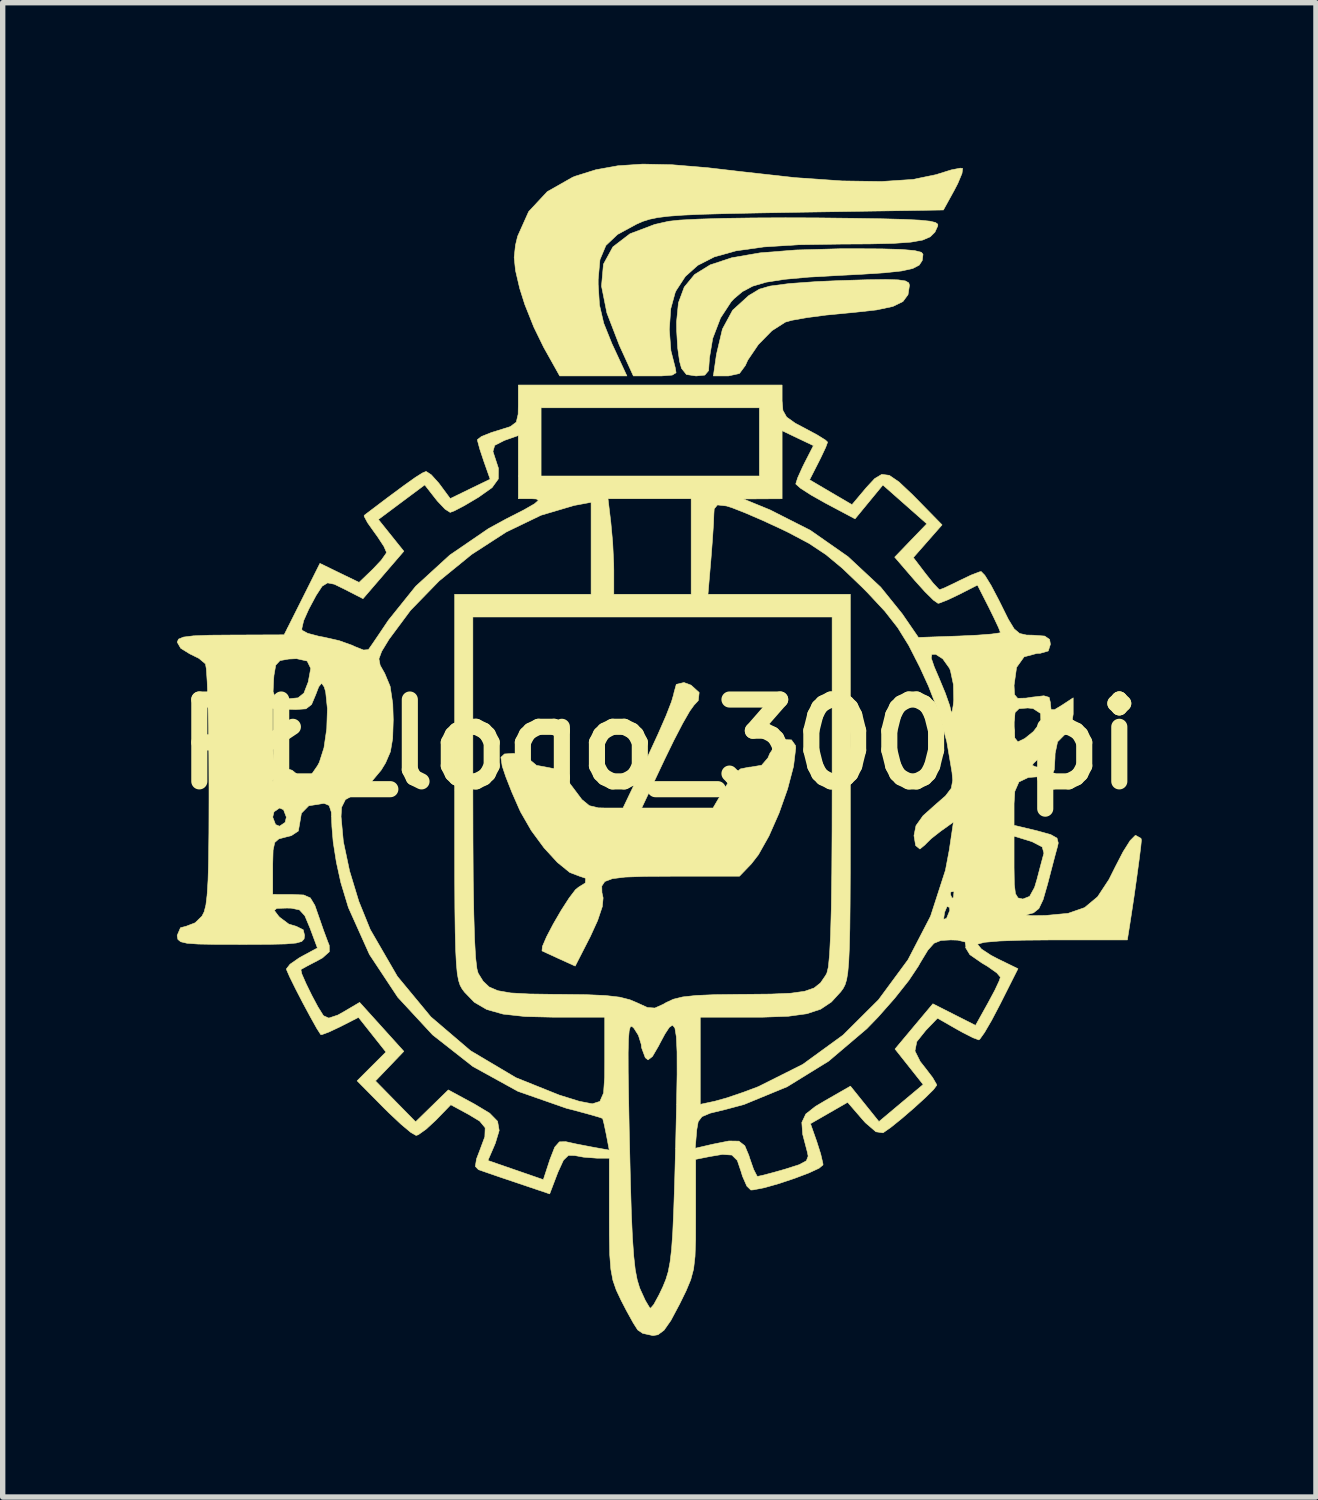
<source format=kicad_pcb>
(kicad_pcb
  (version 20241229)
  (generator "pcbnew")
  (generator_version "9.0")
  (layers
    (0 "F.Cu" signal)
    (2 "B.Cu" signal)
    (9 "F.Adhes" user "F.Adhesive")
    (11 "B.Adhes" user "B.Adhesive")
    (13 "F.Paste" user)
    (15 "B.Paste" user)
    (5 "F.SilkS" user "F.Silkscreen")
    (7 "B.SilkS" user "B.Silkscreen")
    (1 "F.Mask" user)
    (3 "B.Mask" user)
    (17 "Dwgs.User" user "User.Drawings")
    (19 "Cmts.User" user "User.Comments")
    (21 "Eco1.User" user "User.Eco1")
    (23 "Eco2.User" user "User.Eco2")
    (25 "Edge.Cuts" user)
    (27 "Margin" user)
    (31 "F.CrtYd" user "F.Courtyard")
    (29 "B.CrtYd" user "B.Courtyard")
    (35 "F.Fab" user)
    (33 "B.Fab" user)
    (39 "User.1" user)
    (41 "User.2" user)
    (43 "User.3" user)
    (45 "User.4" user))
  (footprint "PŁ_logo_300dpi"
    (layer "F.Cu")
    (at 9.224 10.807)
    (property "Reference" "PŁ_logo_300dpi" (at 0 0 0) (layer "F.SilkS") (effects (font (size 1.524 1.524) (thickness 0.3))))
    (attr through_hole)
    (fp_poly (pts (xy 4.447 -8.647) (xy 4.582 -8.627) (xy 4.644 -8.591) (xy 4.657 -8.546) (xy 4.63 -8.371) (xy 4.535 -8.243) (xy 4.348 -8.152) (xy 4.043 -8.087) (xy 3.597 -8.038) (xy 3.506 -8.03) (xy 3.103 -7.991) (xy 2.74 -7.943) (xy 2.466 -7.894) (xy 2.348 -7.861) (xy 2.096 -7.7) (xy 1.843 -7.442) (xy 1.647 -7.153) (xy 1.602 -7.053) (xy 1.492 -6.904) (xy 1.285 -6.858) (xy 1.267 -6.858) (xy 1.006 -6.858) (xy 1.064 -7.26) (xy 1.175 -7.731) (xy 1.365 -8.082) (xy 1.664 -8.354) (xy 1.863 -8.474) (xy 2.059 -8.531) (xy 2.417 -8.578) (xy 2.93 -8.615) (xy 3.366 -8.634) (xy 3.863 -8.649) (xy 4.216 -8.654) (xy 4.447 -8.647)) (stroke (width 0.01) (type solid)) (fill yes) (layer "F.SilkS"))
    (fp_poly (pts (xy 4.142 -9.224) (xy 4.514 -9.213) (xy 4.753 -9.192) (xy 4.879 -9.16) (xy 4.909 -9.123) (xy 4.895 -9.008) (xy 4.839 -8.922) (xy 4.719 -8.859) (xy 4.513 -8.813) (xy 4.198 -8.779) (xy 3.751 -8.75) (xy 3.379 -8.731) (xy 2.783 -8.698) (xy 2.33 -8.657) (xy 1.991 -8.604) (xy 1.739 -8.53) (xy 1.548 -8.429) (xy 1.389 -8.295) (xy 1.337 -8.239) (xy 1.14 -7.938) (xy 0.994 -7.557) (xy 0.932 -7.185) (xy 0.931 -7.157) (xy 0.917 -6.957) (xy 0.847 -6.874) (xy 0.684 -6.858) (xy 0.505 -6.885) (xy 0.413 -7) (xy 0.377 -7.131) (xy 0.342 -7.379) (xy 0.323 -7.699) (xy 0.321 -7.864) (xy 0.356 -8.22) (xy 0.464 -8.512) (xy 0.656 -8.746) (xy 0.947 -8.926) (xy 1.35 -9.059) (xy 1.877 -9.15) (xy 2.542 -9.203) (xy 3.358 -9.226) (xy 3.619 -9.227) (xy 4.142 -9.224)) (stroke (width 0.01) (type solid)) (fill yes) (layer "F.SilkS"))
    (fp_poly (pts (xy 2.924 -9.801) (xy 3.614 -9.793) (xy 4.153 -9.784) (xy 4.558 -9.773) (xy 4.846 -9.759) (xy 5.034 -9.74) (xy 5.141 -9.715) (xy 5.184 -9.683) (xy 5.184 -9.652) (xy 5.131 -9.535) (xy 5.044 -9.449) (xy 4.903 -9.388) (xy 4.682 -9.349) (xy 4.359 -9.326) (xy 3.911 -9.316) (xy 3.388 -9.313) (xy 2.59 -9.301) (xy 1.942 -9.26) (xy 1.425 -9.187) (xy 1.022 -9.074) (xy 0.715 -8.917) (xy 0.485 -8.711) (xy 0.315 -8.451) (xy 0.296 -8.412) (xy 0.213 -8.11) (xy 0.186 -7.723) (xy 0.216 -7.327) (xy 0.298 -7.006) (xy 0.312 -6.918) (xy 0.24 -6.874) (xy 0.046 -6.859) (xy -0.063 -6.858) (xy -0.483 -6.858) (xy -0.744 -7.429) (xy -0.976 -8.031) (xy -1.076 -8.531) (xy -1.04 -8.939) (xy -0.864 -9.261) (xy -0.546 -9.505) (xy -0.083 -9.68) (xy 0.177 -9.738) (xy 0.382 -9.76) (xy 0.728 -9.778) (xy 1.19 -9.792) (xy 1.738 -9.8) (xy 2.347 -9.803) (xy 2.924 -9.801)) (stroke (width 0.01) (type solid)) (fill yes) (layer "F.SilkS"))
    (fp_poly (pts (xy 0.239 -10.79) (xy 0.899 -10.735) (xy 1.524 -10.662) (xy 2.529 -10.55) (xy 3.402 -10.489) (xy 4.136 -10.478) (xy 4.724 -10.517) (xy 5.158 -10.607) (xy 5.194 -10.619) (xy 5.434 -10.694) (xy 5.603 -10.727) (xy 5.647 -10.721) (xy 5.635 -10.629) (xy 5.557 -10.442) (xy 5.49 -10.313) (xy 5.289 -9.948) (xy 2.623 -9.906) (xy 1.875 -9.893) (xy 1.276 -9.881) (xy 0.805 -9.868) (xy 0.445 -9.852) (xy 0.173 -9.832) (xy -0.03 -9.807) (xy -0.184 -9.775) (xy -0.31 -9.735) (xy -0.423 -9.685) (xy -0.777 -9.493) (xy -0.994 -9.288) (xy -1.105 -9.023) (xy -1.138 -8.654) (xy -1.138 -8.563) (xy -1.114 -8.179) (xy -1.035 -7.84) (xy -0.881 -7.456) (xy -0.868 -7.429) (xy -0.603 -6.858) (xy -1.854 -6.858) (xy -2.153 -7.392) (xy -2.336 -7.767) (xy -2.505 -8.191) (xy -2.599 -8.488) (xy -2.677 -8.821) (xy -2.702 -9.065) (xy -2.678 -9.291) (xy -2.638 -9.458) (xy -2.432 -9.918) (xy -2.086 -10.289) (xy -1.614 -10.557) (xy -1.564 -10.577) (xy -1.181 -10.697) (xy -0.772 -10.771) (xy -0.308 -10.802) (xy 0.239 -10.79)) (stroke (width 0.01) (type solid)) (fill yes) (layer "F.SilkS"))
    (fp_poly (pts (xy 0.591 -1.102) (xy 0.742 -0.965) (xy 0.726 -0.815) (xy 0.646 -0.729) (xy 0.566 -0.618) (xy 0.434 -0.388) (xy 0.27 -0.072) (xy 0.101 0.275) (xy -0.328 1.185) (xy 1 1.185) (xy 1.223 0.804) (xy 1.376 0.572) (xy 1.511 0.457) (xy 1.675 0.424) (xy 1.704 0.423) (xy 1.905 0.389) (xy 2.022 0.253) (xy 2.058 0.169) (xy 2.171 0.00002) (xy 2.322 -0.088) (xy 2.46 -0.083) (xy 2.536 0.023) (xy 2.54 0.067) (xy 2.499 0.408) (xy 2.388 0.831) (xy 2.229 1.281) (xy 2.041 1.707) (xy 1.845 2.055) (xy 1.715 2.223) (xy 1.492 2.455) (xy 0.247 2.455) (xy -0.267 2.458) (xy -0.635 2.471) (xy -0.876 2.501) (xy -1.015 2.554) (xy -1.071 2.638) (xy -1.068 2.759) (xy -1.046 2.859) (xy -1.061 3.02) (xy -1.148 3.279) (xy -1.284 3.577) (xy -1.566 4.128) (xy -1.863 3.993) (xy -2.059 3.903) (xy -2.175 3.849) (xy -2.184 3.844) (xy -2.176 3.761) (xy -2.098 3.58) (xy -1.973 3.342) (xy -1.826 3.089) (xy -1.681 2.864) (xy -1.562 2.707) (xy -1.506 2.661) (xy -1.377 2.58) (xy -1.371 2.493) (xy -1.484 2.455) (xy -1.666 2.386) (xy -1.897 2.198) (xy -2.146 1.927) (xy -2.384 1.604) (xy -2.58 1.263) (xy -2.606 1.208) (xy -2.745 0.891) (xy -2.858 0.604) (xy -2.924 0.407) (xy -2.925 0.402) (xy -2.949 0.241) (xy -2.882 0.179) (xy -2.716 0.169) (xy -2.501 0.208) (xy -2.401 0.296) (xy -2.287 0.391) (xy -2.112 0.423) (xy -1.939 0.457) (xy -1.781 0.58) (xy -1.609 0.804) (xy -1.441 1.028) (xy -1.302 1.142) (xy -1.134 1.182) (xy -1.011 1.185) (xy -0.676 1.185) (xy -0.2 0.191) (xy -0.022 -0.195) (xy 0.126 -0.534) (xy 0.227 -0.794) (xy 0.27 -0.941) (xy 0.27 -0.951) (xy 0.316 -1.117) (xy 0.459 -1.151) (xy 0.591 -1.102)) (stroke (width 0.01) (type solid)) (fill yes) (layer "F.SilkS"))
    (fp_poly (pts (xy 2.286 -6.394) (xy 2.301 -6.216) (xy 2.37 -6.093) (xy 2.531 -5.978) (xy 2.709 -5.884) (xy 2.94 -5.76) (xy 3.094 -5.664) (xy 3.133 -5.626) (xy 3.098 -5.53) (xy 3.009 -5.341) (xy 2.965 -5.253) (xy 2.798 -4.925) (xy 3.192 -4.693) (xy 3.587 -4.462) (xy 3.855 -4.781) (xy 4.009 -4.947) (xy 4.141 -5.026) (xy 4.282 -5.008) (xy 4.462 -4.885) (xy 4.712 -4.649) (xy 4.854 -4.505) (xy 5.264 -4.086) (xy 4.996 -3.781) (xy 4.729 -3.477) (xy 4.957 -3.178) (xy 5.101 -2.997) (xy 5.201 -2.891) (xy 5.22 -2.879) (xy 5.311 -2.914) (xy 5.496 -3.002) (xy 5.588 -3.048) (xy 5.806 -3.152) (xy 5.961 -3.211) (xy 5.992 -3.217) (xy 6.06 -3.147) (xy 6.176 -2.959) (xy 6.317 -2.691) (xy 6.35 -2.625) (xy 6.498 -2.327) (xy 6.606 -2.15) (xy 6.708 -2.064) (xy 6.835 -2.035) (xy 6.959 -2.032) (xy 7.174 -2.016) (xy 7.266 -1.953) (xy 7.281 -1.863) (xy 7.241 -1.738) (xy 7.091 -1.695) (xy 7.03 -1.693) (xy 6.791 -1.629) (xy 6.651 -1.433) (xy 6.604 -1.099) (xy 6.604 -1.095) (xy 6.613 -0.925) (xy 6.671 -0.857) (xy 6.826 -0.861) (xy 6.943 -0.879) (xy 7.159 -0.904) (xy 7.257 -0.875) (xy 7.281 -0.776) (xy 7.281 -0.761) (xy 7.293 -0.648) (xy 7.357 -0.645) (xy 7.493 -0.727) (xy 7.705 -0.866) (xy 7.705 -0.563) (xy 7.666 -0.311) (xy 7.538 -0.171) (xy 7.535 -0.169) (xy 7.414 -0.047) (xy 7.368 0.173) (xy 7.366 0.257) (xy 7.353 0.475) (xy 7.296 0.572) (xy 7.176 0.594) (xy 6.869 0.617) (xy 6.695 0.7) (xy 6.618 0.876) (xy 6.604 1.102) (xy 6.604 1.507) (xy 7.035 1.61) (xy 7.285 1.679) (xy 7.404 1.746) (xy 7.427 1.836) (xy 7.415 1.894) (xy 7.367 2.07) (xy 7.295 2.345) (xy 7.229 2.599) (xy 7.145 2.891) (xy 7.066 3.057) (xy 6.966 3.137) (xy 6.87 3.163) (xy 6.832 3.18) (xy 6.939 3.189) (xy 7.169 3.186) (xy 7.197 3.185) (xy 7.611 3.146) (xy 7.918 3.039) (xy 8.159 2.838) (xy 8.372 2.514) (xy 8.491 2.276) (xy 8.635 1.998) (xy 8.765 1.792) (xy 8.859 1.697) (xy 8.869 1.695) (xy 8.967 1.75) (xy 8.975 1.783) (xy 8.963 1.907) (xy 8.932 2.154) (xy 8.888 2.479) (xy 8.837 2.84) (xy 8.784 3.19) (xy 8.757 3.365) (xy 8.713 3.641) (xy 7.32 3.641) (xy 6.76 3.646) (xy 6.335 3.661) (xy 6.055 3.685) (xy 5.932 3.717) (xy 5.927 3.726) (xy 5.996 3.81) (xy 6.174 3.927) (xy 6.302 3.994) (xy 6.677 4.177) (xy 6.343 4.84) (xy 6.187 5.137) (xy 6.055 5.364) (xy 5.966 5.489) (xy 5.947 5.502) (xy 5.842 5.463) (xy 5.647 5.364) (xy 5.532 5.3) (xy 5.179 5.098) (xy 4.96 5.326) (xy 4.793 5.535) (xy 4.759 5.709) (xy 4.857 5.905) (xy 4.953 6.027) (xy 5.089 6.205) (xy 5.161 6.33) (xy 5.165 6.346) (xy 5.105 6.427) (xy 4.951 6.579) (xy 4.741 6.77) (xy 4.514 6.966) (xy 4.307 7.133) (xy 4.165 7.232) (xy 4.033 7.213) (xy 3.836 7.044) (xy 3.78 6.981) (xy 3.506 6.664) (xy 3.16 6.863) (xy 2.814 7.062) (xy 2.931 7.394) (xy 3.005 7.628) (xy 3.045 7.801) (xy 3.048 7.829) (xy 2.974 7.891) (xy 2.782 7.98) (xy 2.517 8.08) (xy 2.227 8.177) (xy 1.955 8.254) (xy 1.749 8.294) (xy 1.704 8.297) (xy 1.629 8.224) (xy 1.548 8.039) (xy 1.524 7.959) (xy 1.452 7.746) (xy 1.351 7.646) (xy 1.175 7.634) (xy 0.942 7.673) (xy 0.677 7.726) (xy 0.677 8.776) (xy 0.676 9.217) (xy 0.665 9.534) (xy 0.638 9.769) (xy 0.585 9.967) (xy 0.5 10.171) (xy 0.38 10.416) (xy 0.215 10.726) (xy 0.088 10.907) (xy -0.025 10.991) (xy -0.118 11.007) (xy -0.31 10.965) (xy -0.403 10.901) (xy -0.486 10.77) (xy -0.611 10.544) (xy -0.71 10.353) (xy -0.802 10.158) (xy -0.864 9.978) (xy -0.902 9.773) (xy -0.923 9.505) (xy -0.93 9.134) (xy -0.931 8.808) (xy -0.931 7.705) (xy -1.164 7.704) (xy -1.411 7.685) (xy -1.574 7.655) (xy -1.692 7.652) (xy -1.785 7.742) (xy -1.884 7.958) (xy -1.896 7.988) (xy -2.041 8.369) (xy -2.65 8.163) (xy -2.959 8.059) (xy -3.211 7.972) (xy -3.358 7.921) (xy -3.367 7.918) (xy -3.425 7.857) (xy -3.403 7.718) (xy -3.346 7.569) (xy -3.248 7.305) (xy -3.242 7.138) (xy -3.344 7.014) (xy -3.55 6.89) (xy -3.882 6.71) (xy -4.159 6.996) (xy -4.342 7.165) (xy -4.487 7.268) (xy -4.528 7.281) (xy -4.626 7.225) (xy -4.807 7.074) (xy -5.038 6.857) (xy -5.123 6.773) (xy -5.626 6.264) (xy -5.358 5.996) (xy -5.089 5.728) (xy -5.345 5.405) (xy -5.6 5.083) (xy -5.941 5.257) (xy -6.149 5.355) (xy -6.281 5.404) (xy -6.303 5.403) (xy -6.378 5.286) (xy -6.496 5.074) (xy -6.636 4.814) (xy -6.772 4.551) (xy -6.881 4.33) (xy -6.939 4.197) (xy -6.943 4.181) (xy -6.875 4.094) (xy -6.707 3.977) (xy -6.654 3.947) (xy -6.365 3.791) (xy -6.503 3.42) (xy -6.599 3.191) (xy -6.699 3.082) (xy -6.85 3.05) (xy -6.932 3.048) (xy -7.122 3.054) (xy -7.167 3.092) (xy -7.092 3.192) (xy -7.07 3.217) (xy -6.898 3.346) (xy -6.76 3.387) (xy -6.629 3.452) (xy -6.604 3.556) (xy -6.613 3.623) (xy -6.657 3.67) (xy -6.761 3.699) (xy -6.953 3.716) (xy -7.258 3.723) (xy -7.701 3.725) (xy -7.789 3.725) (xy -8.258 3.724) (xy -8.584 3.718) (xy -8.793 3.703) (xy -8.91 3.675) (xy -8.962 3.632) (xy -8.975 3.569) (xy -8.975 3.556) (xy -8.914 3.414) (xy -8.81 3.387) (xy -8.641 3.322) (xy -8.514 3.198) (xy -8.473 3.117) (xy -8.441 2.991) (xy -8.418 2.801) (xy -8.401 2.526) (xy -8.394 2.284) (xy -7.197 2.284) (xy -7.197 2.794) (xy -6.837 2.795) (xy -6.621 2.804) (xy -6.497 2.858) (xy -6.413 2.997) (xy -6.343 3.197) (xy -6.251 3.462) (xy -6.171 3.677) (xy -6.145 3.741) (xy -6.143 3.861) (xy -6.27 3.975) (xy -6.364 4.027) (xy -6.554 4.126) (xy -6.665 4.188) (xy -6.673 4.194) (xy -6.655 4.275) (xy -6.578 4.451) (xy -6.47 4.672) (xy -6.357 4.884) (xy -6.262 5.037) (xy -6.25 5.053) (xy -6.153 5.096) (xy -5.983 5.039) (xy -5.874 4.978) (xy -5.579 4.804) (xy -5.168 5.259) (xy -4.756 5.715) (xy -5.02 5.991) (xy -5.284 6.266) (xy -4.91 6.647) (xy -4.537 7.027) (xy -3.928 6.433) (xy -3.446 6.694) (xy -3.159 6.866) (xy -3.011 7.017) (xy -2.981 7.189) (xy -3.052 7.424) (xy -3.081 7.493) (xy -3.191 7.747) (xy -2.159 8.104) (xy -2.037 7.73) (xy -1.947 7.499) (xy -1.86 7.4) (xy -1.743 7.397) (xy -1.74 7.397) (xy -1.54 7.441) (xy -1.28 7.491) (xy -1.249 7.497) (xy -0.932 7.554) (xy -0.986 7.27) (xy -1.027 7.073) (xy -1.054 6.968) (xy -1.056 6.964) (xy -1.14 6.935) (xy -1.347 6.876) (xy -1.638 6.798) (xy -1.726 6.776) (xy -2.633 6.459) (xy -3.471 5.997) (xy -4.221 5.408) (xy -4.869 4.708) (xy -5.396 3.912) (xy -5.788 3.038) (xy -5.929 2.573) (xy -6.012 2.195) (xy -6.071 1.82) (xy -6.096 1.523) (xy -6.096 1.51) (xy -6.103 1.344) (xy -5.925 1.344) (xy -5.882 1.81) (xy -5.766 2.358) (xy -5.594 2.923) (xy -5.383 3.444) (xy -5.38 3.45) (xy -4.877 4.319) (xy -4.253 5.073) (xy -3.514 5.704) (xy -2.668 6.206) (xy -1.863 6.529) (xy -1.49 6.645) (xy -1.247 6.692) (xy -1.106 6.647) (xy -1.038 6.491) (xy -1.018 6.202) (xy -1.016 5.884) (xy -1.016 5.739) (xy -0.58 5.739) (xy -0.579 6.105) (xy -0.571 6.601) (xy -0.559 7.245) (xy -0.554 7.451) (xy -0.537 8.172) (xy -0.52 8.744) (xy -0.5 9.189) (xy -0.476 9.527) (xy -0.448 9.78) (xy -0.412 9.967) (xy -0.369 10.111) (xy -0.358 10.139) (xy -0.261 10.352) (xy -0.184 10.481) (xy -0.163 10.498) (xy -0.103 10.428) (xy -0.005 10.248) (xy 0.067 10.097) (xy 0.122 9.962) (xy 0.166 9.817) (xy 0.2 9.638) (xy 0.228 9.404) (xy 0.25 9.091) (xy 0.268 8.677) (xy 0.286 8.14) (xy 0.302 7.52) (xy 0.668 7.52) (xy 0.99 7.445) (xy 1.295 7.384) (xy 1.481 7.387) (xy 1.591 7.472) (xy 1.667 7.653) (xy 1.683 7.705) (xy 1.756 7.914) (xy 1.817 8.033) (xy 1.832 8.043) (xy 1.933 8.021) (xy 2.144 7.965) (xy 2.344 7.908) (xy 2.607 7.824) (xy 2.738 7.752) (xy 2.771 7.666) (xy 2.756 7.591) (xy 2.669 7.259) (xy 2.653 7.039) (xy 2.727 6.882) (xy 2.907 6.74) (xy 3.089 6.632) (xy 3.558 6.363) (xy 4.089 7.023) (xy 4.5 6.678) (xy 4.912 6.333) (xy 4.388 5.672) (xy 4.74 5.251) (xy 5.093 4.83) (xy 5.49 5.031) (xy 5.887 5.232) (xy 6.118 4.817) (xy 6.246 4.578) (xy 6.33 4.398) (xy 6.35 4.334) (xy 6.283 4.255) (xy 6.112 4.134) (xy 6.006 4.071) (xy 5.781 3.915) (xy 5.702 3.785) (xy 5.707 3.759) (xy 5.693 3.679) (xy 5.553 3.645) (xy 5.424 3.641) (xy 5.242 3.651) (xy 5.114 3.703) (xy 4.999 3.832) (xy 4.855 4.07) (xy 4.823 4.128) (xy 4.645 4.395) (xy 4.382 4.727) (xy 4.075 5.075) (xy 3.863 5.294) (xy 3.152 5.898) (xy 2.38 6.374) (xy 1.576 6.705) (xy 1.228 6.798) (xy 0.948 6.866) (xy 0.794 6.931) (xy 0.724 7.024) (xy 0.697 7.177) (xy 0.694 7.216) (xy 0.668 7.52) (xy 0.302 7.52) (xy 0.304 7.458) (xy 0.305 7.417) (xy 0.321 6.701) (xy 0.331 6.141) (xy 0.33 5.726) (xy 0.317 5.444) (xy 0.29 5.281) (xy 0.247 5.227) (xy 0.186 5.268) (xy 0.104 5.393) (xy -0.001 5.589) (xy -0.009 5.607) (xy -0.128 5.811) (xy -0.21 5.874) (xy -0.261 5.834) (xy -0.33 5.648) (xy -0.337 5.583) (xy -0.389 5.417) (xy -0.471 5.287) (xy -0.51 5.25) (xy -0.54 5.26) (xy -0.561 5.334) (xy -0.574 5.488) (xy -0.58 5.739) (xy -1.016 5.739) (xy -1.016 5.08) (xy 0.762 5.08) (xy 0.762 6.702) (xy 1.037 6.643) (xy 1.262 6.58) (xy 1.57 6.475) (xy 1.844 6.372) (xy 2.67 5.958) (xy 3.421 5.412) (xy 4.08 4.756) (xy 4.629 4.011) (xy 5.02 3.257) (xy 5.292 3.257) (xy 5.344 3.241) (xy 5.348 3.237) (xy 5.408 3.091) (xy 5.401 3.036) (xy 5.357 3.017) (xy 5.311 3.126) (xy 5.292 3.257) (xy 5.02 3.257) (xy 5.05 3.198) (xy 5.181 2.794) (xy 5.419 2.794) (xy 5.45 2.864) (xy 5.475 2.85) (xy 5.485 2.75) (xy 5.475 2.738) (xy 5.425 2.749) (xy 5.419 2.794) (xy 5.181 2.794) (xy 5.328 2.339) (xy 5.336 2.294) (xy 6.604 2.294) (xy 6.609 2.603) (xy 6.63 2.78) (xy 6.678 2.859) (xy 6.764 2.879) (xy 6.77 2.879) (xy 6.894 2.83) (xy 6.986 2.663) (xy 7.029 2.519) (xy 7.096 2.264) (xy 7.149 2.065) (xy 7.16 2.025) (xy 7.128 1.91) (xy 6.945 1.815) (xy 6.901 1.8) (xy 6.604 1.709) (xy 6.604 2.294) (xy 5.336 2.294) (xy 5.397 1.973) (xy 5.475 1.448) (xy 5.238 1.617) (xy 5.062 1.755) (xy 4.954 1.861) (xy 4.951 1.867) (xy 4.851 1.949) (xy 4.772 1.884) (xy 4.741 1.699) (xy 4.778 1.514) (xy 4.909 1.33) (xy 5.116 1.144) (xy 5.329 0.958) (xy 5.435 0.818) (xy 5.462 0.67) (xy 5.449 0.524) (xy 5.427 0.391) (xy 6.943 0.391) (xy 7.012 0.42) (xy 7.07 0.423) (xy 7.179 0.355) (xy 7.197 0.286) (xy 7.174 0.196) (xy 7.082 0.244) (xy 7.07 0.254) (xy 6.964 0.355) (xy 6.943 0.391) (xy 5.427 0.391) (xy 5.352 -0.049) (xy 5.275 -0.334) (xy 6.604 -0.334) (xy 6.617 -0.12) (xy 6.675 -0.047) (xy 6.804 -0.109) (xy 6.964 -0.238) (xy 7.103 -0.42) (xy 7.098 -0.576) (xy 6.958 -0.667) (xy 6.858 -0.677) (xy 6.696 -0.664) (xy 6.623 -0.593) (xy 6.604 -0.415) (xy 6.604 -0.334) (xy 5.275 -0.334) (xy 5.214 -0.56) (xy 5.011 -1.084) (xy 4.851 -1.434) (xy 4.763 -1.607) (xy 5.062 -1.607) (xy 5.118 -1.443) (xy 5.209 -1.231) (xy 5.324 -0.954) (xy 5.406 -0.722) (xy 5.433 -0.611) (xy 5.448 -0.595) (xy 5.47 -0.719) (xy 5.481 -0.825) (xy 5.475 -1.113) (xy 5.42 -1.372) (xy 5.402 -1.417) (xy 5.277 -1.592) (xy 5.145 -1.677) (xy 5.073 -1.674) (xy 5.062 -1.607) (xy 4.763 -1.607) (xy 4.643 -1.842) (xy 4.439 -2.171) (xy 4.198 -2.479) (xy 3.878 -2.822) (xy 3.774 -2.927) (xy 3.412 -3.274) (xy 3.102 -3.532) (xy 2.785 -3.742) (xy 2.404 -3.944) (xy 2.28 -4.004) (xy 1.921 -4.17) (xy 1.594 -4.311) (xy 1.346 -4.408) (xy 1.249 -4.438) (xy 1.082 -4.457) (xy 1.022 -4.384) (xy 1.016 -4.29) (xy 1.009 -4.109) (xy 0.99 -3.819) (xy 0.964 -3.479) (xy 0.961 -3.442) (xy 0.906 -2.794) (xy 3.556 -2.794) (xy 3.556 0.793) (xy 3.556 1.666) (xy 3.555 2.386) (xy 3.552 2.969) (xy 3.547 3.43) (xy 3.538 3.786) (xy 3.526 4.053) (xy 3.509 4.246) (xy 3.487 4.381) (xy 3.458 4.476) (xy 3.423 4.544) (xy 3.38 4.603) (xy 3.379 4.605) (xy 3.203 4.797) (xy 3.004 4.93) (xy 2.748 5.015) (xy 2.403 5.062) (xy 1.935 5.079) (xy 1.74 5.08) (xy 0.762 5.08) (xy -1.016 5.08) (xy -1.95 5.08) (xy -2.498 5.067) (xy -2.908 5.022) (xy -3.213 4.936) (xy -3.444 4.801) (xy -3.626 4.613) (xy -3.671 4.553) (xy -3.708 4.486) (xy -3.737 4.397) (xy -3.761 4.268) (xy -3.778 4.085) (xy -3.791 3.832) (xy -3.8 3.491) (xy -3.806 3.048) (xy -3.809 2.486) (xy -3.81 1.789) (xy -3.81 0.941) (xy -3.81 0.793) (xy -3.81 -2.371) (xy -3.471 -2.371) (xy -3.471 0.852) (xy -3.469 1.78) (xy -3.464 2.548) (xy -3.453 3.163) (xy -3.439 3.634) (xy -3.42 3.97) (xy -3.395 4.179) (xy -3.373 4.26) (xy -3.28 4.41) (xy -3.167 4.517) (xy -3.006 4.586) (xy -2.767 4.628) (xy -2.422 4.647) (xy -1.94 4.654) (xy -1.863 4.654) (xy -1.363 4.66) (xy -1 4.676) (xy -0.739 4.706) (xy -0.547 4.755) (xy -0.423 4.807) (xy -0.221 4.899) (xy -0.083 4.909) (xy 0.075 4.838) (xy 0.127 4.807) (xy 0.261 4.745) (xy 0.436 4.702) (xy 0.683 4.675) (xy 1.033 4.66) (xy 1.519 4.654) (xy 1.566 4.654) (xy 2.077 4.649) (xy 2.448 4.633) (xy 2.706 4.597) (xy 2.881 4.536) (xy 3.001 4.441) (xy 3.094 4.305) (xy 3.119 4.26) (xy 3.147 4.145) (xy 3.17 3.909) (xy 3.188 3.545) (xy 3.202 3.044) (xy 3.211 2.397) (xy 3.216 1.595) (xy 3.217 0.852) (xy 3.217 -2.371) (xy -3.471 -2.371) (xy -3.81 -2.371) (xy -3.81 -2.794) (xy -1.27 -2.794) (xy -1.27 -4.506) (xy -1.587 -4.447) (xy -2.202 -4.265) (xy -2.849 -3.953) (xy -3.493 -3.536) (xy -4.099 -3.042) (xy -4.632 -2.494) (xy -5.033 -1.954) (xy -5.168 -1.732) (xy -5.22 -1.592) (xy -5.197 -1.472) (xy -5.111 -1.319) (xy -5.011 -1.08) (xy -4.962 -0.753) (xy -4.953 -0.459) (xy -4.964 -0.11) (xy -5.006 0.137) (xy -5.096 0.346) (xy -5.178 0.48) (xy -5.371 0.711) (xy -5.59 0.889) (xy -5.665 0.928) (xy -5.844 1.029) (xy -5.915 1.172) (xy -5.925 1.344) (xy -6.103 1.344) (xy -6.106 1.261) (xy -6.147 1.138) (xy -6.236 1.101) (xy -6.258 1.101) (xy -6.527 1.144) (xy -6.663 1.283) (xy -6.689 1.438) (xy -6.72 1.614) (xy -6.85 1.7) (xy -6.943 1.723) (xy -7.083 1.76) (xy -7.159 1.827) (xy -7.19 1.969) (xy -7.197 2.23) (xy -7.197 2.284) (xy -8.394 2.284) (xy -8.391 2.147) (xy -8.385 1.644) (xy -8.384 1.355) (xy -7.197 1.355) (xy -7.144 1.493) (xy -7.07 1.524) (xy -6.966 1.453) (xy -6.943 1.355) (xy -6.996 1.217) (xy -7.07 1.185) (xy -7.173 1.256) (xy -7.197 1.355) (xy -8.384 1.355) (xy -8.383 0.996) (xy -8.383 0.807) (xy -8.384 0.68) (xy -7.197 0.68) (xy -7.128 0.753) (xy -7.07 0.762) (xy -6.957 0.744) (xy -6.943 0.729) (xy -7.009 0.674) (xy -7.07 0.647) (xy -7.179 0.645) (xy -7.197 0.68) (xy -8.384 0.68) (xy -8.386 0.209) (xy -8.393 -0.335) (xy -8.401 -0.667) (xy -7.197 -0.667) (xy -7.197 -0.122) (xy -7.191 0.175) (xy -7.167 0.339) (xy -7.113 0.41) (xy -7.031 0.423) (xy -6.835 0.483) (xy -6.756 0.547) (xy -6.624 0.642) (xy -6.5 0.596) (xy -6.363 0.398) (xy -6.329 0.334) (xy -6.243 0.065) (xy -6.191 -0.292) (xy -6.179 -0.663) (xy -6.211 -0.975) (xy -6.238 -1.068) (xy -6.286 -1.138) (xy -6.34 -1.072) (xy -6.396 -0.926) (xy -6.474 -0.741) (xy -6.578 -0.661) (xy -6.77 -0.648) (xy -6.846 -0.651) (xy -7.197 -0.667) (xy -8.401 -0.667) (xy -8.404 -0.801) (xy -8.41 -0.981) (xy -7.19 -0.981) (xy -7.152 -0.877) (xy -7.033 -0.848) (xy -6.919 -0.847) (xy -6.725 -0.866) (xy -6.616 -0.954) (xy -6.536 -1.161) (xy -6.489 -1.414) (xy -6.556 -1.551) (xy -6.753 -1.595) (xy -6.9 -1.588) (xy -7.062 -1.559) (xy -7.141 -1.474) (xy -7.174 -1.283) (xy -7.18 -1.206) (xy -7.19 -0.981) (xy -8.41 -0.981) (xy -8.417 -1.166) (xy -8.433 -1.407) (xy -8.449 -1.498) (xy -8.57 -1.6) (xy -8.744 -1.686) (xy -8.91 -1.789) (xy -8.975 -1.903) (xy -8.95 -1.959) (xy -8.858 -1.997) (xy -8.673 -2.02) (xy -8.369 -2.032) (xy -7.98 -2.035) (xy -6.985 -2.039) (xy -6.928 -2.152) (xy -6.656 -2.152) (xy -6.651 -2.124) (xy -6.546 -2.067) (xy -6.337 -2.012) (xy -6.245 -1.995) (xy -5.962 -1.931) (xy -5.715 -1.843) (xy -5.673 -1.822) (xy -5.507 -1.756) (xy -5.416 -1.763) (xy -5.349 -1.858) (xy -5.217 -2.052) (xy -5.047 -2.305) (xy -5.042 -2.312) (xy -4.535 -2.943) (xy -3.901 -3.523) (xy -3.181 -4.016) (xy -2.855 -4.194) (xy -2.52 -4.365) (xy -2.325 -4.477) (xy -2.252 -4.54) (xy -2.288 -4.568) (xy -2.362 -4.572) (xy -0.955 -4.572) (xy -0.902 -4.128) (xy -0.868 -3.757) (xy -0.849 -3.361) (xy -0.847 -3.239) (xy -0.847 -2.794) (xy 0.593 -2.794) (xy 0.593 -4.568) (xy 1.566 -4.568) (xy 2.063 -4.364) (xy 2.811 -3.985) (xy 3.512 -3.495) (xy 4.121 -2.927) (xy 4.521 -2.431) (xy 4.824 -1.99) (xy 5.587 -2.017) (xy 5.923 -2.033) (xy 6.183 -2.053) (xy 6.331 -2.074) (xy 6.35 -2.083) (xy 6.315 -2.174) (xy 6.224 -2.367) (xy 6.137 -2.544) (xy 5.923 -2.965) (xy 5.59 -2.795) (xy 5.372 -2.691) (xy 5.219 -2.631) (xy 5.189 -2.625) (xy 5.104 -2.684) (xy 4.946 -2.84) (xy 4.752 -3.055) (xy 4.382 -3.485) (xy 4.681 -3.796) (xy 4.98 -4.106) (xy 4.571 -4.467) (xy 4.162 -4.828) (xy 3.903 -4.513) (xy 3.644 -4.198) (xy 3.092 -4.491) (xy 2.826 -4.641) (xy 2.63 -4.767) (xy 2.542 -4.845) (xy 2.541 -4.851) (xy 2.576 -4.962) (xy 2.665 -5.16) (xy 2.704 -5.239) (xy 2.869 -5.561) (xy 2.577 -5.7) (xy 2.286 -5.839) (xy 2.286 -4.572) (xy 1.926 -4.57) (xy 1.566 -4.568) (xy 0.593 -4.568) (xy 0.593 -4.572) (xy -0.955 -4.572) (xy -2.362 -4.572) (xy -2.625 -4.572) (xy -2.625 -5.749) (xy -2.884 -5.658) (xy -3.064 -5.566) (xy -3.097 -5.454) (xy -3.09 -5.43) (xy -2.995 -5.14) (xy -2.997 -4.941) (xy -3.114 -4.779) (xy -3.365 -4.601) (xy -3.385 -4.589) (xy -3.628 -4.445) (xy -3.815 -4.347) (xy -3.894 -4.318) (xy -3.989 -4.379) (xy -4.131 -4.529) (xy -4.167 -4.574) (xy -4.367 -4.83) (xy -4.799 -4.508) (xy -5.23 -4.186) (xy -4.756 -3.595) (xy -5.516 -2.712) (xy -5.86 -2.888) (xy -6.05 -2.981) (xy -6.176 -3.006) (xy -6.277 -2.944) (xy -6.389 -2.772) (xy -6.526 -2.516) (xy -6.621 -2.303) (xy -6.656 -2.152) (xy -6.928 -2.152) (xy -6.651 -2.704) (xy -6.318 -3.369) (xy -5.954 -3.192) (xy -5.589 -3.015) (xy -5.335 -3.259) (xy -5.176 -3.428) (xy -5.087 -3.554) (xy -5.08 -3.577) (xy -5.127 -3.685) (xy -5.247 -3.868) (xy -5.303 -3.945) (xy -5.432 -4.127) (xy -5.494 -4.244) (xy -5.494 -4.263) (xy -5.066 -4.587) (xy -4.754 -4.818) (xy -4.542 -4.969) (xy -4.41 -5.052) (xy -4.344 -5.08) (xy -4.34 -5.08) (xy -4.245 -5.018) (xy -4.107 -4.865) (xy -4.079 -4.828) (xy -3.892 -4.575) (xy -3.521 -4.756) (xy -3.149 -4.936) (xy -3.268 -5.273) (xy -3.342 -5.496) (xy -3.383 -5.648) (xy -3.387 -5.672) (xy -3.313 -5.73) (xy -3.126 -5.805) (xy -3.006 -5.842) (xy -2.774 -5.915) (xy -2.663 -5.998) (xy -2.628 -6.146) (xy -2.626 -6.265) (xy -2.201 -6.265) (xy -2.201 -4.995) (xy 1.863 -4.995) (xy 1.863 -6.265) (xy -2.201 -6.265) (xy -2.626 -6.265) (xy -2.625 -6.319) (xy -2.625 -6.689) (xy 2.286 -6.689) (xy 2.286 -6.394)) (stroke (width 0.01) (type solid)) (fill yes) (layer "F.SilkS")))
  (gr_rect
    (start -3 -3)
    (end 21.448 24.819)
    (stroke (width 0.1) (type default))
    (fill no)
    (layer "Edge.Cuts")))
</source>
